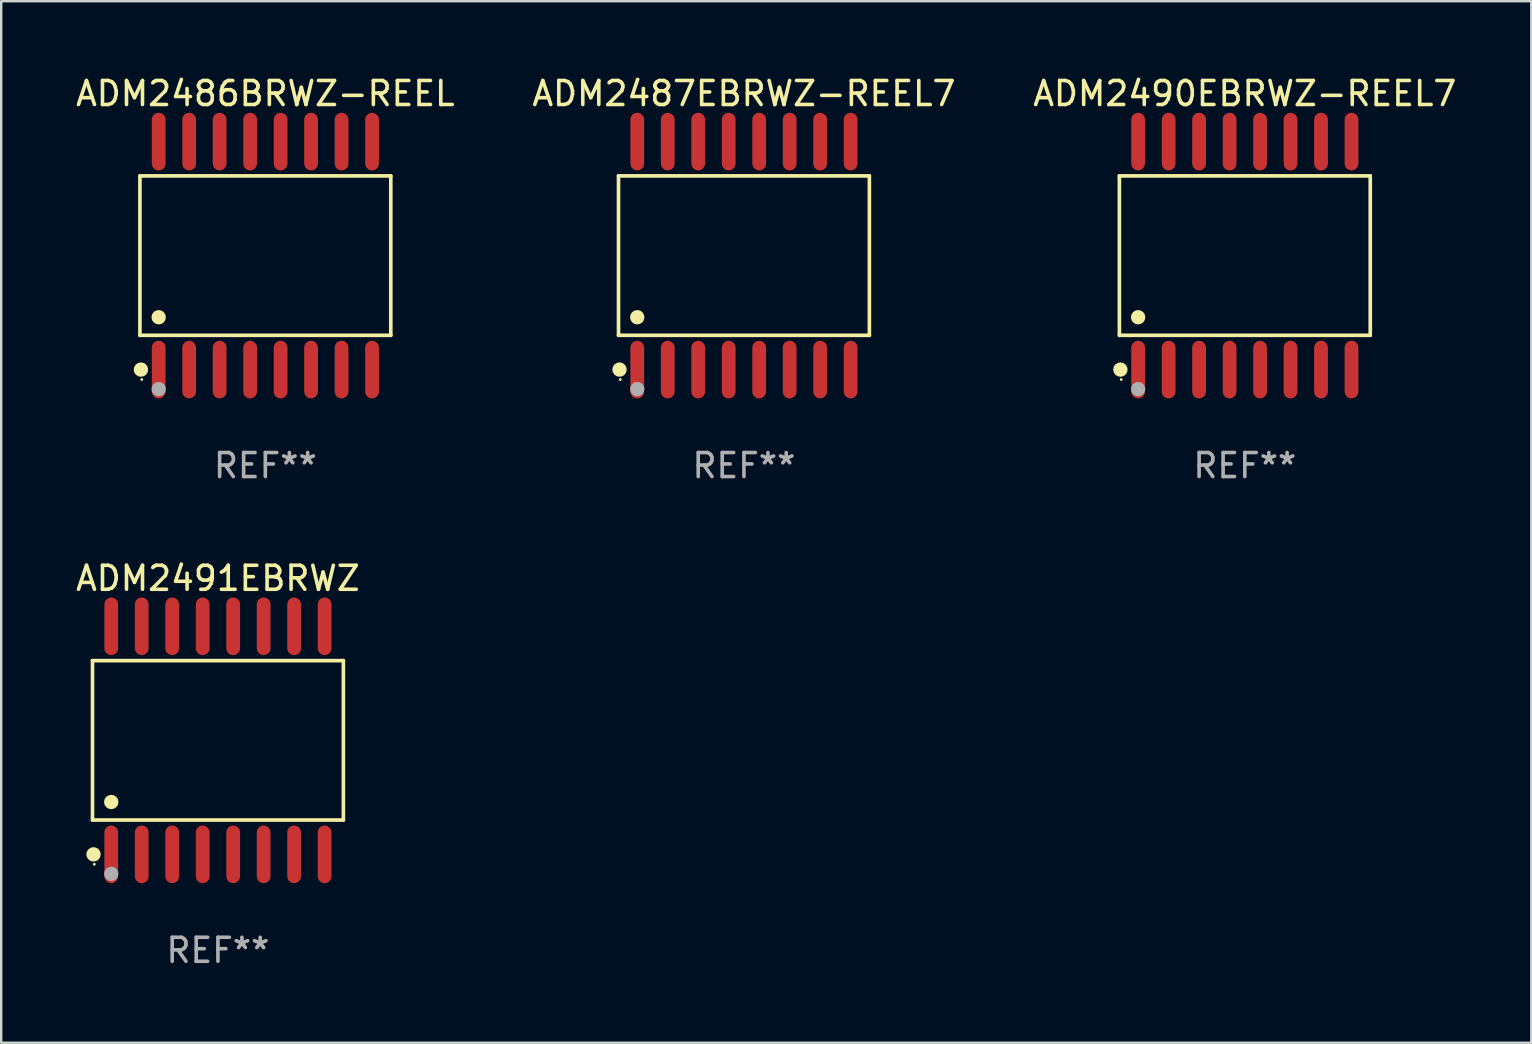
<source format=kicad_pcb>
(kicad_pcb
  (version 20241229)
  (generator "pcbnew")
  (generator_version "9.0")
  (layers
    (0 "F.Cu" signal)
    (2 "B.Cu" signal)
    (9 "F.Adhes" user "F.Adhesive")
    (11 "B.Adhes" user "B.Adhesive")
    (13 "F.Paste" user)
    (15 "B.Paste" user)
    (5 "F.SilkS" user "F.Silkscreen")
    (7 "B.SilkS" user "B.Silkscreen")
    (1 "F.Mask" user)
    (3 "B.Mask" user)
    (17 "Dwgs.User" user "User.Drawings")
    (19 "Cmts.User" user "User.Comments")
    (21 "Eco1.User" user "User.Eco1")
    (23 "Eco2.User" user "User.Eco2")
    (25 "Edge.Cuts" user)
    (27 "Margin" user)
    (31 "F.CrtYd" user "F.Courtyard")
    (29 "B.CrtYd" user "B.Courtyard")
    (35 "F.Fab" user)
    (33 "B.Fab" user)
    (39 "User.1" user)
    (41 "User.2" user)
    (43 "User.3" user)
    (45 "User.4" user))
  (footprint "ADM2491EBRWZ"
    (layer "F.Cu")
    (at 6.03 27.796)
    (property "Reference" "ADM2491EBRWZ" (at 0 -6.75 0) (layer "F.SilkS") (effects (font (size 1 1) (thickness 0.15))))
    (attr through_hole)
    (fp_line (start -5.226 -3.321) (end 5.226 -3.321) (stroke (width 0.152) (type solid)) (layer "F.SilkS"))
    (fp_line (start -5.226 3.321) (end -5.226 -3.321) (stroke (width 0.152) (type solid)) (layer "F.SilkS"))
    (fp_line (start 5.226 -3.321) (end 5.226 3.321) (stroke (width 0.152) (type solid)) (layer "F.SilkS"))
    (fp_line (start 5.226 3.321) (end -5.226 3.321) (stroke (width 0.152) (type solid)) (layer "F.SilkS"))
    (fp_circle (center -5.184 4.75) (end -5.034 4.75) (stroke (width 0.3) (type solid)) (fill no) (layer "F.SilkS"))
    (fp_circle (center -5.15 5.163) (end -5.12 5.163) (stroke (width 0.06) (type solid)) (fill no) (layer "F.SilkS"))
    (fp_circle (center -4.445 2.569) (end -4.295 2.569) (stroke (width 0.3) (type solid)) (fill no) (layer "F.SilkS"))
    (fp_circle (center -4.445 5.563) (end -4.295 5.563) (stroke (width 0.3) (type solid)) (fill no) (layer "F.Fab"))
    (fp_text user "REF**" (at 0 8.75 0) (layer "F.Fab") (effects (font (size 1 1) (thickness 0.15))))
    (pad "1" smd oval (at -4.445 4.75) (size 0.574 2.401) (layers "F.Cu" "F.Mask" "F.Paste"))
    (pad "2" smd oval (at -3.175 4.75) (size 0.574 2.401) (layers "F.Cu" "F.Mask" "F.Paste"))
    (pad "3" smd oval (at -1.905 4.75) (size 0.574 2.401) (layers "F.Cu" "F.Mask" "F.Paste"))
    (pad "4" smd oval (at -0.635 4.75) (size 0.574 2.401) (layers "F.Cu" "F.Mask" "F.Paste"))
    (pad "5" smd oval (at 0.635 4.75) (size 0.574 2.401) (layers "F.Cu" "F.Mask" "F.Paste"))
    (pad "6" smd oval (at 1.905 4.75) (size 0.574 2.401) (layers "F.Cu" "F.Mask" "F.Paste"))
    (pad "7" smd oval (at 3.175 4.75) (size 0.574 2.401) (layers "F.Cu" "F.Mask" "F.Paste"))
    (pad "8" smd oval (at 4.445 4.75) (size 0.574 2.401) (layers "F.Cu" "F.Mask" "F.Paste"))
    (pad "9" smd oval (at 4.445 -4.75) (size 0.574 2.401) (layers "F.Cu" "F.Mask" "F.Paste"))
    (pad "10" smd oval (at 3.175 -4.75) (size 0.574 2.401) (layers "F.Cu" "F.Mask" "F.Paste"))
    (pad "11" smd oval (at 1.905 -4.75) (size 0.574 2.401) (layers "F.Cu" "F.Mask" "F.Paste"))
    (pad "12" smd oval (at 0.635 -4.75) (size 0.574 2.401) (layers "F.Cu" "F.Mask" "F.Paste"))
    (pad "13" smd oval (at -0.635 -4.75) (size 0.574 2.401) (layers "F.Cu" "F.Mask" "F.Paste"))
    (pad "14" smd oval (at -1.905 -4.75) (size 0.574 2.401) (layers "F.Cu" "F.Mask" "F.Paste"))
    (pad "15" smd oval (at -3.175 -4.75) (size 0.574 2.401) (layers "F.Cu" "F.Mask" "F.Paste"))
    (pad "16" smd oval (at -4.445 -4.75) (size 0.574 2.401) (layers "F.Cu" "F.Mask" "F.Paste")))
  (footprint "ADM2487EBRWZ-REEL7"
    (layer "F.Cu")
    (at 27.946 7.599)
    (property "Reference" "ADM2487EBRWZ-REEL7" (at 0 -6.75 0) (layer "F.SilkS") (effects (font (size 1 1) (thickness 0.15))))
    (attr through_hole)
    (fp_line (start -5.226 -3.321) (end 5.226 -3.321) (stroke (width 0.152) (type solid)) (layer "F.SilkS"))
    (fp_line (start -5.226 3.321) (end -5.226 -3.321) (stroke (width 0.152) (type solid)) (layer "F.SilkS"))
    (fp_line (start 5.226 -3.321) (end 5.226 3.321) (stroke (width 0.152) (type solid)) (layer "F.SilkS"))
    (fp_line (start 5.226 3.321) (end -5.226 3.321) (stroke (width 0.152) (type solid)) (layer "F.SilkS"))
    (fp_circle (center -5.184 4.75) (end -5.034 4.75) (stroke (width 0.3) (type solid)) (fill no) (layer "F.SilkS"))
    (fp_circle (center -5.15 5.163) (end -5.12 5.163) (stroke (width 0.06) (type solid)) (fill no) (layer "F.SilkS"))
    (fp_circle (center -4.445 2.569) (end -4.295 2.569) (stroke (width 0.3) (type solid)) (fill no) (layer "F.SilkS"))
    (fp_circle (center -4.445 5.563) (end -4.295 5.563) (stroke (width 0.3) (type solid)) (fill no) (layer "F.Fab"))
    (fp_text user "REF**" (at 0 8.75 0) (layer "F.Fab") (effects (font (size 1 1) (thickness 0.15))))
    (pad "1" smd oval (at -4.445 4.75) (size 0.574 2.401) (layers "F.Cu" "F.Mask" "F.Paste"))
    (pad "2" smd oval (at -3.175 4.75) (size 0.574 2.401) (layers "F.Cu" "F.Mask" "F.Paste"))
    (pad "3" smd oval (at -1.905 4.75) (size 0.574 2.401) (layers "F.Cu" "F.Mask" "F.Paste"))
    (pad "4" smd oval (at -0.635 4.75) (size 0.574 2.401) (layers "F.Cu" "F.Mask" "F.Paste"))
    (pad "5" smd oval (at 0.635 4.75) (size 0.574 2.401) (layers "F.Cu" "F.Mask" "F.Paste"))
    (pad "6" smd oval (at 1.905 4.75) (size 0.574 2.401) (layers "F.Cu" "F.Mask" "F.Paste"))
    (pad "7" smd oval (at 3.175 4.75) (size 0.574 2.401) (layers "F.Cu" "F.Mask" "F.Paste"))
    (pad "8" smd oval (at 4.445 4.75) (size 0.574 2.401) (layers "F.Cu" "F.Mask" "F.Paste"))
    (pad "9" smd oval (at 4.445 -4.75) (size 0.574 2.401) (layers "F.Cu" "F.Mask" "F.Paste"))
    (pad "10" smd oval (at 3.175 -4.75) (size 0.574 2.401) (layers "F.Cu" "F.Mask" "F.Paste"))
    (pad "11" smd oval (at 1.905 -4.75) (size 0.574 2.401) (layers "F.Cu" "F.Mask" "F.Paste"))
    (pad "12" smd oval (at 0.635 -4.75) (size 0.574 2.401) (layers "F.Cu" "F.Mask" "F.Paste"))
    (pad "13" smd oval (at -0.635 -4.75) (size 0.574 2.401) (layers "F.Cu" "F.Mask" "F.Paste"))
    (pad "14" smd oval (at -1.905 -4.75) (size 0.574 2.401) (layers "F.Cu" "F.Mask" "F.Paste"))
    (pad "15" smd oval (at -3.175 -4.75) (size 0.574 2.401) (layers "F.Cu" "F.Mask" "F.Paste"))
    (pad "16" smd oval (at -4.445 -4.75) (size 0.574 2.401) (layers "F.Cu" "F.Mask" "F.Paste")))
  (footprint "ADM2486BRWZ-REEL"
    (layer "F.Cu")
    (at 8.006 7.599)
    (property "Reference" "ADM2486BRWZ-REEL" (at 0 -6.75 0) (layer "F.SilkS") (effects (font (size 1 1) (thickness 0.15))))
    (attr through_hole)
    (fp_line (start -5.226 -3.321) (end 5.226 -3.321) (stroke (width 0.152) (type solid)) (layer "F.SilkS"))
    (fp_line (start -5.226 3.321) (end -5.226 -3.321) (stroke (width 0.152) (type solid)) (layer "F.SilkS"))
    (fp_line (start 5.226 -3.321) (end 5.226 3.321) (stroke (width 0.152) (type solid)) (layer "F.SilkS"))
    (fp_line (start 5.226 3.321) (end -5.226 3.321) (stroke (width 0.152) (type solid)) (layer "F.SilkS"))
    (fp_circle (center -5.184 4.75) (end -5.034 4.75) (stroke (width 0.3) (type solid)) (fill no) (layer "F.SilkS"))
    (fp_circle (center -5.15 5.163) (end -5.12 5.163) (stroke (width 0.06) (type solid)) (fill no) (layer "F.SilkS"))
    (fp_circle (center -4.445 2.569) (end -4.295 2.569) (stroke (width 0.3) (type solid)) (fill no) (layer "F.SilkS"))
    (fp_circle (center -4.445 5.563) (end -4.295 5.563) (stroke (width 0.3) (type solid)) (fill no) (layer "F.Fab"))
    (fp_text user "REF**" (at 0 8.75 0) (layer "F.Fab") (effects (font (size 1 1) (thickness 0.15))))
    (pad "1" smd oval (at -4.445 4.75) (size 0.574 2.401) (layers "F.Cu" "F.Mask" "F.Paste"))
    (pad "2" smd oval (at -3.175 4.75) (size 0.574 2.401) (layers "F.Cu" "F.Mask" "F.Paste"))
    (pad "3" smd oval (at -1.905 4.75) (size 0.574 2.401) (layers "F.Cu" "F.Mask" "F.Paste"))
    (pad "4" smd oval (at -0.635 4.75) (size 0.574 2.401) (layers "F.Cu" "F.Mask" "F.Paste"))
    (pad "5" smd oval (at 0.635 4.75) (size 0.574 2.401) (layers "F.Cu" "F.Mask" "F.Paste"))
    (pad "6" smd oval (at 1.905 4.75) (size 0.574 2.401) (layers "F.Cu" "F.Mask" "F.Paste"))
    (pad "7" smd oval (at 3.175 4.75) (size 0.574 2.401) (layers "F.Cu" "F.Mask" "F.Paste"))
    (pad "8" smd oval (at 4.445 4.75) (size 0.574 2.401) (layers "F.Cu" "F.Mask" "F.Paste"))
    (pad "9" smd oval (at 4.445 -4.75) (size 0.574 2.401) (layers "F.Cu" "F.Mask" "F.Paste"))
    (pad "10" smd oval (at 3.175 -4.75) (size 0.574 2.401) (layers "F.Cu" "F.Mask" "F.Paste"))
    (pad "11" smd oval (at 1.905 -4.75) (size 0.574 2.401) (layers "F.Cu" "F.Mask" "F.Paste"))
    (pad "12" smd oval (at 0.635 -4.75) (size 0.574 2.401) (layers "F.Cu" "F.Mask" "F.Paste"))
    (pad "13" smd oval (at -0.635 -4.75) (size 0.574 2.401) (layers "F.Cu" "F.Mask" "F.Paste"))
    (pad "14" smd oval (at -1.905 -4.75) (size 0.574 2.401) (layers "F.Cu" "F.Mask" "F.Paste"))
    (pad "15" smd oval (at -3.175 -4.75) (size 0.574 2.401) (layers "F.Cu" "F.Mask" "F.Paste"))
    (pad "16" smd oval (at -4.445 -4.75) (size 0.574 2.401) (layers "F.Cu" "F.Mask" "F.Paste")))
  (footprint "ADM2490EBRWZ-REEL7"
    (layer "F.Cu")
    (at 48.815 7.599)
    (property "Reference" "ADM2490EBRWZ-REEL7" (at 0 -6.75 0) (layer "F.SilkS") (effects (font (size 1 1) (thickness 0.15))))
    (attr through_hole)
    (fp_line (start -5.226 -3.321) (end 5.226 -3.321) (stroke (width 0.152) (type solid)) (layer "F.SilkS"))
    (fp_line (start -5.226 3.321) (end -5.226 -3.321) (stroke (width 0.152) (type solid)) (layer "F.SilkS"))
    (fp_line (start 5.226 -3.321) (end 5.226 3.321) (stroke (width 0.152) (type solid)) (layer "F.SilkS"))
    (fp_line (start 5.226 3.321) (end -5.226 3.321) (stroke (width 0.152) (type solid)) (layer "F.SilkS"))
    (fp_circle (center -5.184 4.75) (end -5.034 4.75) (stroke (width 0.3) (type solid)) (fill no) (layer "F.SilkS"))
    (fp_circle (center -5.15 5.163) (end -5.12 5.163) (stroke (width 0.06) (type solid)) (fill no) (layer "F.SilkS"))
    (fp_circle (center -4.445 2.569) (end -4.295 2.569) (stroke (width 0.3) (type solid)) (fill no) (layer "F.SilkS"))
    (fp_circle (center -4.445 5.563) (end -4.295 5.563) (stroke (width 0.3) (type solid)) (fill no) (layer "F.Fab"))
    (fp_text user "REF**" (at 0 8.75 0) (layer "F.Fab") (effects (font (size 1 1) (thickness 0.15))))
    (pad "1" smd oval (at -4.445 4.75) (size 0.574 2.401) (layers "F.Cu" "F.Mask" "F.Paste"))
    (pad "2" smd oval (at -3.175 4.75) (size 0.574 2.401) (layers "F.Cu" "F.Mask" "F.Paste"))
    (pad "3" smd oval (at -1.905 4.75) (size 0.574 2.401) (layers "F.Cu" "F.Mask" "F.Paste"))
    (pad "4" smd oval (at -0.635 4.75) (size 0.574 2.401) (layers "F.Cu" "F.Mask" "F.Paste"))
    (pad "5" smd oval (at 0.635 4.75) (size 0.574 2.401) (layers "F.Cu" "F.Mask" "F.Paste"))
    (pad "6" smd oval (at 1.905 4.75) (size 0.574 2.401) (layers "F.Cu" "F.Mask" "F.Paste"))
    (pad "7" smd oval (at 3.175 4.75) (size 0.574 2.401) (layers "F.Cu" "F.Mask" "F.Paste"))
    (pad "8" smd oval (at 4.445 4.75) (size 0.574 2.401) (layers "F.Cu" "F.Mask" "F.Paste"))
    (pad "9" smd oval (at 4.445 -4.75) (size 0.574 2.401) (layers "F.Cu" "F.Mask" "F.Paste"))
    (pad "10" smd oval (at 3.175 -4.75) (size 0.574 2.401) (layers "F.Cu" "F.Mask" "F.Paste"))
    (pad "11" smd oval (at 1.905 -4.75) (size 0.574 2.401) (layers "F.Cu" "F.Mask" "F.Paste"))
    (pad "12" smd oval (at 0.635 -4.75) (size 0.574 2.401) (layers "F.Cu" "F.Mask" "F.Paste"))
    (pad "13" smd oval (at -0.635 -4.75) (size 0.574 2.401) (layers "F.Cu" "F.Mask" "F.Paste"))
    (pad "14" smd oval (at -1.905 -4.75) (size 0.574 2.401) (layers "F.Cu" "F.Mask" "F.Paste"))
    (pad "15" smd oval (at -3.175 -4.75) (size 0.574 2.401) (layers "F.Cu" "F.Mask" "F.Paste"))
    (pad "16" smd oval (at -4.445 -4.75) (size 0.574 2.401) (layers "F.Cu" "F.Mask" "F.Paste")))
  (gr_rect
    (start -3 -3)
    (end 60.75 40.394)
    (stroke (width 0.1) (type default))
    (fill no)
    (layer "Edge.Cuts")))
</source>
